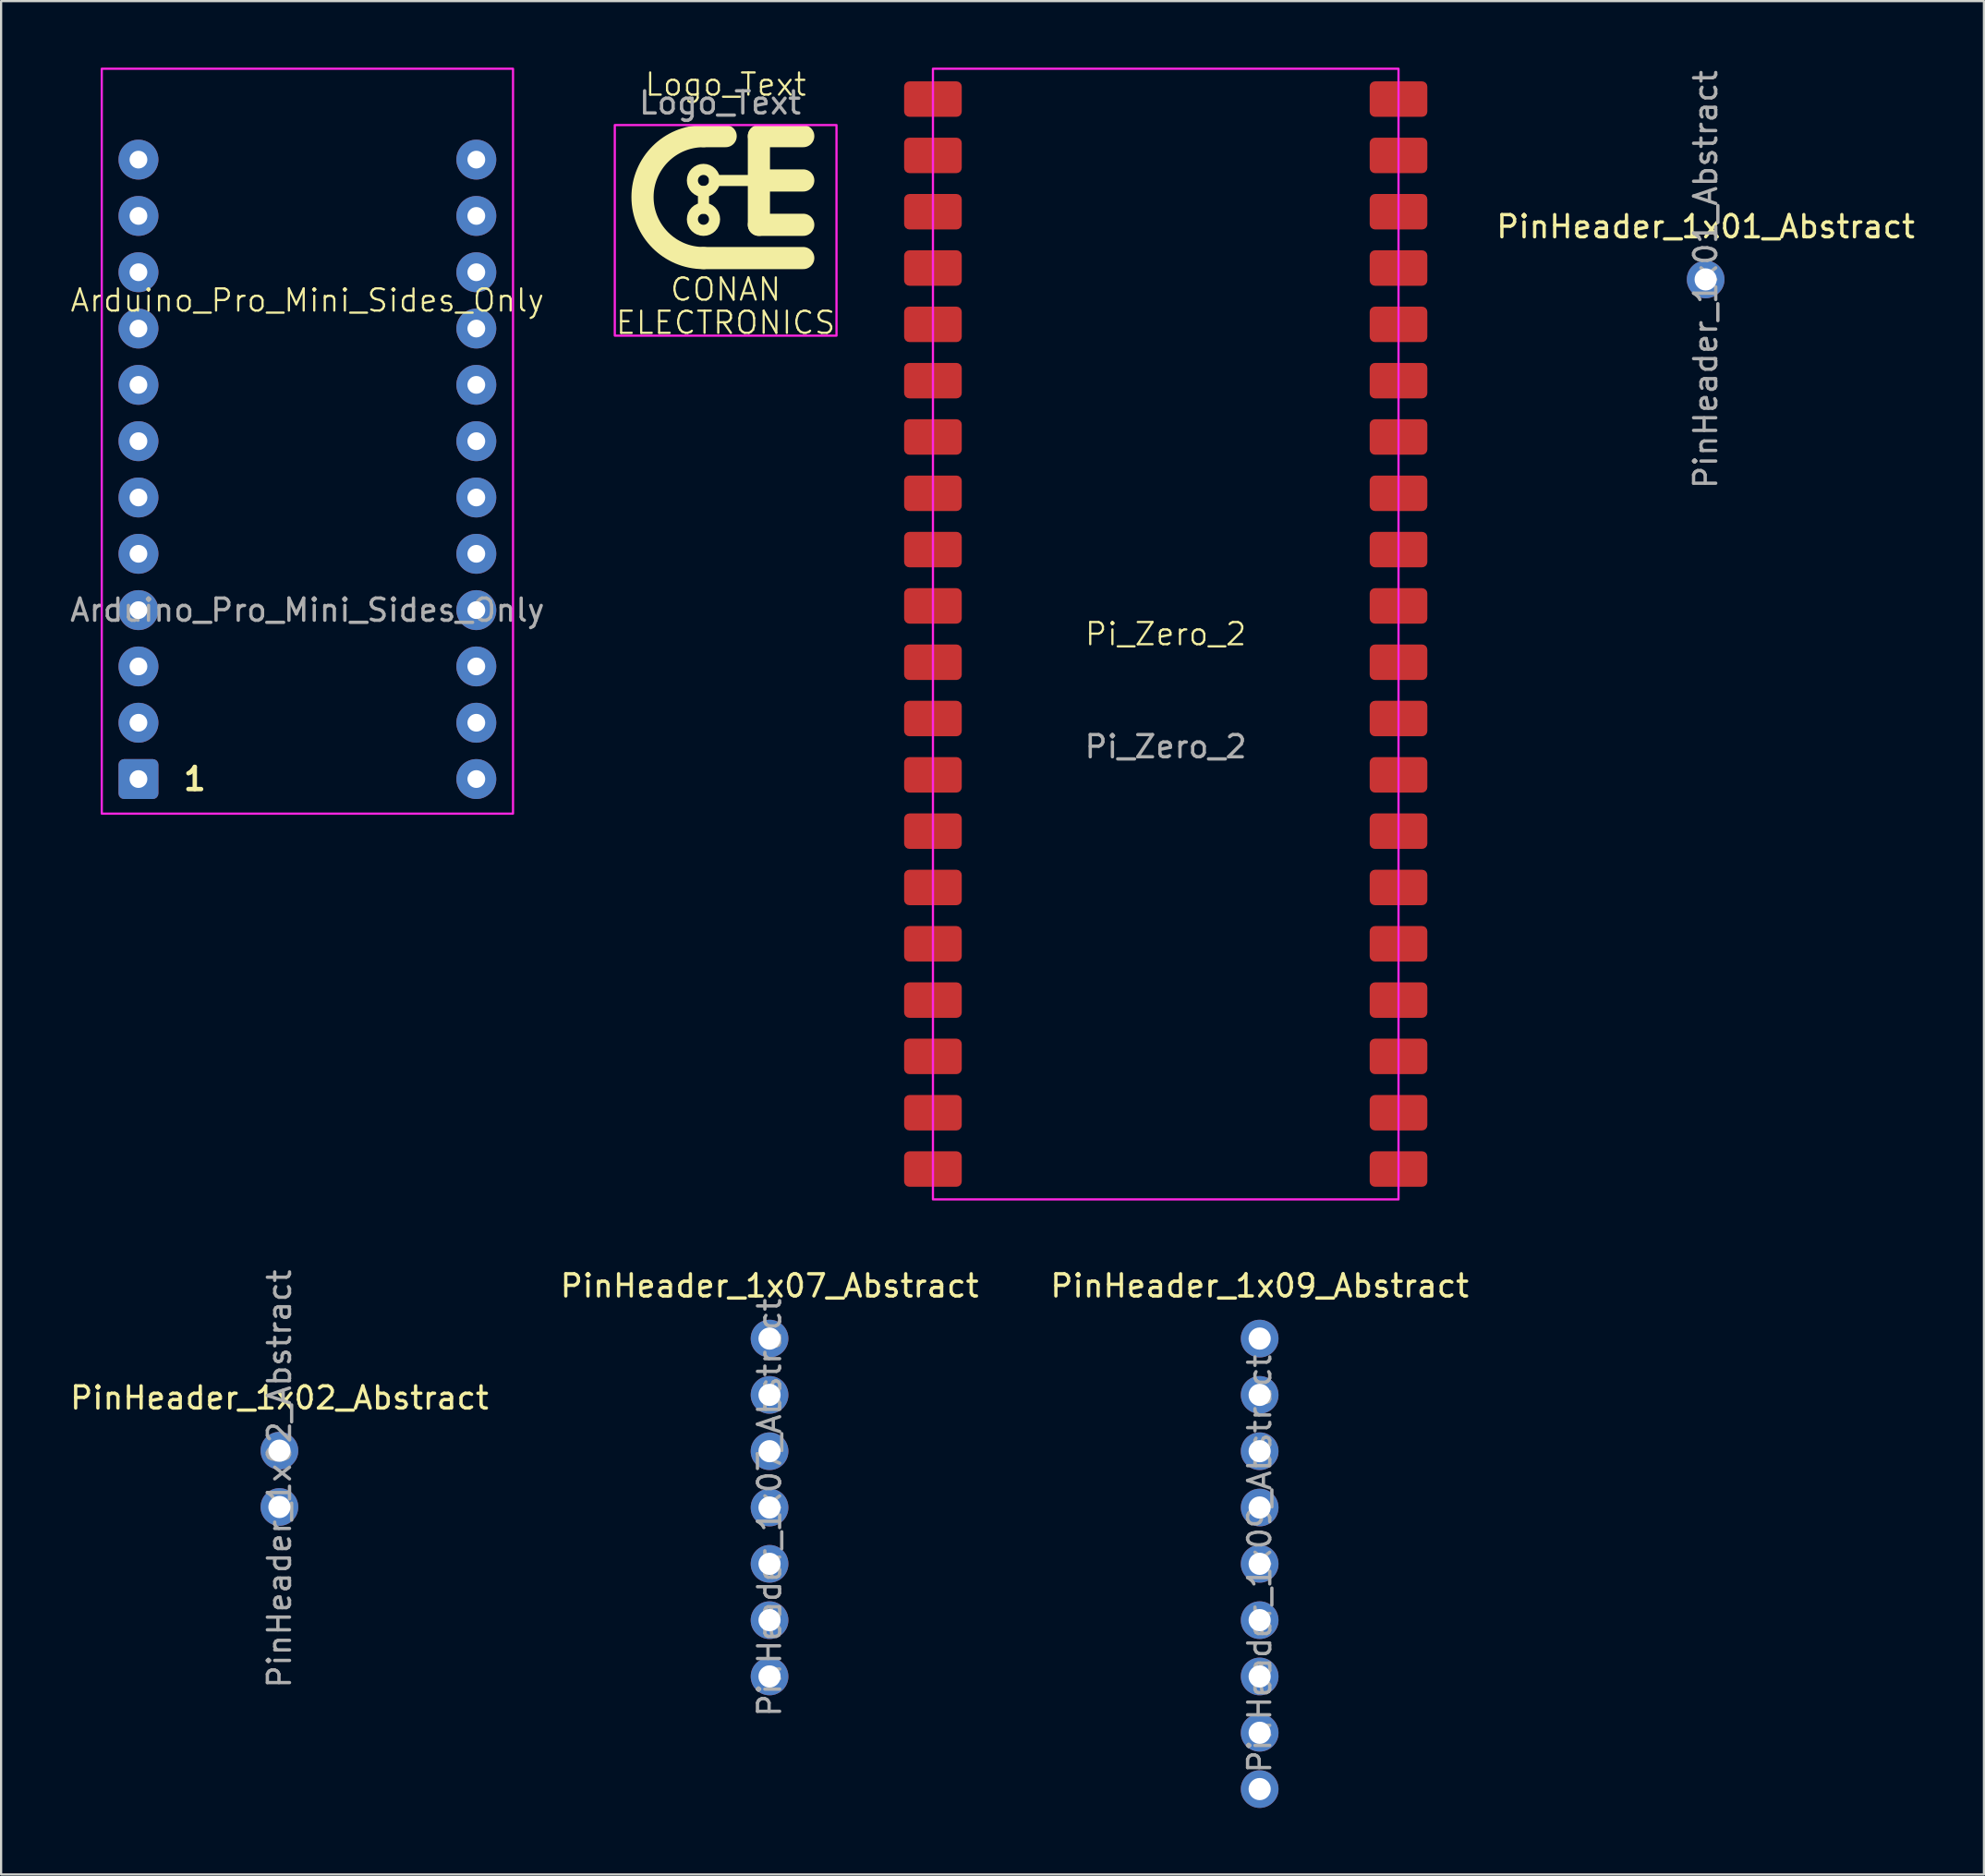
<source format=kicad_pcb>
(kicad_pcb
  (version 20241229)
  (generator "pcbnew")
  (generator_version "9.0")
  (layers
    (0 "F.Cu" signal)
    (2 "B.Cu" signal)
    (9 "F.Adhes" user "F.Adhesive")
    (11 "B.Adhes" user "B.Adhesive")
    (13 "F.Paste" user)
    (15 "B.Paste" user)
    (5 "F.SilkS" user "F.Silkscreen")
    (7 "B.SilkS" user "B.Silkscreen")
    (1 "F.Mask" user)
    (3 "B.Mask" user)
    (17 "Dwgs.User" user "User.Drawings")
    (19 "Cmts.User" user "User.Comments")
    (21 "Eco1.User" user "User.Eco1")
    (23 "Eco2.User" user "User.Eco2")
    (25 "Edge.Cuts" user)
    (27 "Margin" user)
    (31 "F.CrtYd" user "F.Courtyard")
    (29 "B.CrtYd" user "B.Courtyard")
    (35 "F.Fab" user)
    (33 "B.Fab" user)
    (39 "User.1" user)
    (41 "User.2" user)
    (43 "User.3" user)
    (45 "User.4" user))
  (footprint "Pi_Zero_2"
    (layer "F.Cu")
    (at 49.531 25.55)
    (property "Reference" "Pi_Zero_2" (at 0 0 0) (unlocked yes) (layer "F.SilkS") (effects (font (size 1 1) (thickness 0.1))))
    (attr smd)
    (fp_rect (start -10.5 -25.5) (end 10.5 25.5) (stroke (width 0.1) (type solid)) (fill no) (layer "F.CrtYd"))
    (fp_text user "${REFERENCE}" (at 0 5.08 0) (unlocked yes) (layer "F.Fab") (effects (font (size 1 1) (thickness 0.15))))
    (pad "1" smd roundrect (at -10.5 -24.13) (size 2.6 1.6) (layers "F.Cu" "F.Mask" "F.Paste") (roundrect_rratio 0.15))
    (pad "2" smd roundrect (at -10.5 -21.59) (size 2.6 1.6) (layers "F.Cu" "F.Mask" "F.Paste") (roundrect_rratio 0.15))
    (pad "3" smd roundrect (at -10.5 -19.05) (size 2.6 1.6) (layers "F.Cu" "F.Mask" "F.Paste") (roundrect_rratio 0.15))
    (pad "4" smd roundrect (at -10.5 -16.51) (size 2.6 1.6) (layers "F.Cu" "F.Mask" "F.Paste") (roundrect_rratio 0.15))
    (pad "5" smd roundrect (at -10.5 -13.97) (size 2.6 1.6) (layers "F.Cu" "F.Mask" "F.Paste") (roundrect_rratio 0.15))
    (pad "6" smd roundrect (at -10.5 -11.43) (size 2.6 1.6) (layers "F.Cu" "F.Mask" "F.Paste") (roundrect_rratio 0.15))
    (pad "7" smd roundrect (at -10.5 -8.89) (size 2.6 1.6) (layers "F.Cu" "F.Mask" "F.Paste") (roundrect_rratio 0.15))
    (pad "8" smd roundrect (at -10.5 -6.35) (size 2.6 1.6) (layers "F.Cu" "F.Mask" "F.Paste") (roundrect_rratio 0.15))
    (pad "9" smd roundrect (at -10.5 -3.81) (size 2.6 1.6) (layers "F.Cu" "F.Mask" "F.Paste") (roundrect_rratio 0.15))
    (pad "10" smd roundrect (at -10.5 -1.27) (size 2.6 1.6) (layers "F.Cu" "F.Mask" "F.Paste") (roundrect_rratio 0.15))
    (pad "11" smd roundrect (at -10.5 1.27) (size 2.6 1.6) (layers "F.Cu" "F.Mask" "F.Paste") (roundrect_rratio 0.15))
    (pad "12" smd roundrect (at -10.5 3.81) (size 2.6 1.6) (layers "F.Cu" "F.Mask" "F.Paste") (roundrect_rratio 0.15))
    (pad "13" smd roundrect (at -10.5 6.35) (size 2.6 1.6) (layers "F.Cu" "F.Mask" "F.Paste") (roundrect_rratio 0.15))
    (pad "14" smd roundrect (at -10.5 8.89) (size 2.6 1.6) (layers "F.Cu" "F.Mask" "F.Paste") (roundrect_rratio 0.15))
    (pad "15" smd roundrect (at -10.5 11.43) (size 2.6 1.6) (layers "F.Cu" "F.Mask" "F.Paste") (roundrect_rratio 0.15))
    (pad "16" smd roundrect (at -10.5 13.97) (size 2.6 1.6) (layers "F.Cu" "F.Mask" "F.Paste") (roundrect_rratio 0.15))
    (pad "17" smd roundrect (at -10.5 16.51) (size 2.6 1.6) (layers "F.Cu" "F.Mask" "F.Paste") (roundrect_rratio 0.15))
    (pad "18" smd roundrect (at -10.5 19.05) (size 2.6 1.6) (layers "F.Cu" "F.Mask" "F.Paste") (roundrect_rratio 0.15))
    (pad "19" smd roundrect (at -10.5 21.59) (size 2.6 1.6) (layers "F.Cu" "F.Mask" "F.Paste") (roundrect_rratio 0.15))
    (pad "20" smd roundrect (at -10.5 24.13) (size 2.6 1.6) (layers "F.Cu" "F.Mask" "F.Paste") (roundrect_rratio 0.15))
    (pad "21" smd roundrect (at 10.5 24.13) (size 2.6 1.6) (layers "F.Cu" "F.Mask" "F.Paste") (roundrect_rratio 0.15))
    (pad "22" smd roundrect (at 10.5 21.59) (size 2.6 1.6) (layers "F.Cu" "F.Mask" "F.Paste") (roundrect_rratio 0.15))
    (pad "23" smd roundrect (at 10.5 19.05) (size 2.6 1.6) (layers "F.Cu" "F.Mask" "F.Paste") (roundrect_rratio 0.15))
    (pad "24" smd roundrect (at 10.5 16.51) (size 2.6 1.6) (layers "F.Cu" "F.Mask" "F.Paste") (roundrect_rratio 0.15))
    (pad "25" smd roundrect (at 10.5 13.97) (size 2.6 1.6) (layers "F.Cu" "F.Mask" "F.Paste") (roundrect_rratio 0.15))
    (pad "26" smd roundrect (at 10.5 11.43) (size 2.6 1.6) (layers "F.Cu" "F.Mask" "F.Paste") (roundrect_rratio 0.15))
    (pad "27" smd roundrect (at 10.5 8.89) (size 2.6 1.6) (layers "F.Cu" "F.Mask" "F.Paste") (roundrect_rratio 0.15))
    (pad "28" smd roundrect (at 10.5 6.35) (size 2.6 1.6) (layers "F.Cu" "F.Mask" "F.Paste") (roundrect_rratio 0.15))
    (pad "29" smd roundrect (at 10.5 3.81) (size 2.6 1.6) (layers "F.Cu" "F.Mask" "F.Paste") (roundrect_rratio 0.15))
    (pad "30" smd roundrect (at 10.5 1.27) (size 2.6 1.6) (layers "F.Cu" "F.Mask" "F.Paste") (roundrect_rratio 0.15))
    (pad "31" smd roundrect (at 10.5 -1.27) (size 2.6 1.6) (layers "F.Cu" "F.Mask" "F.Paste") (roundrect_rratio 0.15))
    (pad "32" smd roundrect (at 10.5 -3.81) (size 2.6 1.6) (layers "F.Cu" "F.Mask" "F.Paste") (roundrect_rratio 0.15))
    (pad "33" smd roundrect (at 10.5 -6.35) (size 2.6 1.6) (layers "F.Cu" "F.Mask" "F.Paste") (roundrect_rratio 0.15))
    (pad "34" smd roundrect (at 10.5 -8.89) (size 2.6 1.6) (layers "F.Cu" "F.Mask" "F.Paste") (roundrect_rratio 0.15))
    (pad "35" smd roundrect (at 10.5 -11.43) (size 2.6 1.6) (layers "F.Cu" "F.Mask" "F.Paste") (roundrect_rratio 0.15))
    (pad "36" smd roundrect (at 10.5 -13.97) (size 2.6 1.6) (layers "F.Cu" "F.Mask" "F.Paste") (roundrect_rratio 0.15))
    (pad "37" smd roundrect (at 10.5 -16.51) (size 2.6 1.6) (layers "F.Cu" "F.Mask" "F.Paste") (roundrect_rratio 0.15))
    (pad "38" smd roundrect (at 10.5 -19.05) (size 2.6 1.6) (layers "F.Cu" "F.Mask" "F.Paste") (roundrect_rratio 0.15))
    (pad "39" smd roundrect (at 10.5 -21.59) (size 2.6 1.6) (layers "F.Cu" "F.Mask" "F.Paste") (roundrect_rratio 0.15))
    (pad "40" smd roundrect (at 10.5 -24.13) (size 2.6 1.6) (layers "F.Cu" "F.Mask" "F.Paste") (roundrect_rratio 0.15)))
  (footprint "Logo_Text"
    (layer "F.Cu")
    (at 29.681 5.84)
    (property "Reference" "Logo_Text" (at 0 -5.08 0) (unlocked yes) (layer "F.SilkS") (effects (font (size 1 1) (thickness 0.1))))
    (attr smd)
    (fp_line (start -1 -2.75) (end 0 -2.75) (stroke (width 1) (type default)) (layer "F.SilkS"))
    (fp_line (start -1 -0.25) (end -1 0.5) (stroke (width 0.5) (type default)) (layer "F.SilkS"))
    (fp_line (start 1.5 1.25) (end 1.5 -2.75) (stroke (width 1) (type default)) (layer "F.SilkS"))
    (fp_line (start 2 -0.75) (end -0.5 -0.75) (stroke (width 0.5) (type default)) (layer "F.SilkS"))
    (fp_line (start 3.5 -2.75) (end 1.5 -2.75) (stroke (width 1) (type default)) (layer "F.SilkS"))
    (fp_line (start 3.5 -0.75) (end 1.5 -0.75) (stroke (width 1) (type default)) (layer "F.SilkS"))
    (fp_line (start 3.5 1.25) (end 1.5 1.25) (stroke (width 1) (type default)) (layer "F.SilkS"))
    (fp_line (start 3.5 2.75) (end -1 2.75) (stroke (width 1) (type default)) (layer "F.SilkS"))
    (fp_arc (start -1 2.75) (mid -3.75 0) (end -1 -2.75) (stroke (width 1) (type default)) (layer "F.SilkS"))
    (fp_circle (center -1 -0.75) (end -0.5 -0.75) (stroke (width 0.5) (type solid)) (fill no) (layer "F.SilkS"))
    (fp_circle (center -1 1) (end -0.5 1) (stroke (width 0.5) (type solid)) (fill no) (layer "F.SilkS"))
    (fp_rect (start -5 -3.25) (end 5 6.25) (stroke (width 0.1) (type solid)) (fill no) (layer "F.CrtYd"))
    (fp_text user "ELECTRONICS" (at 0 6.25 0) (unlocked yes) (layer "F.SilkS") (effects (font (size 1 1) (thickness 0.1)) (justify bottom)))
    (fp_text user "CONAN" (at 0 4.75 0) (unlocked yes) (layer "F.SilkS") (effects (font (size 1 1) (thickness 0.1)) (justify bottom)))
    (fp_text user "${REFERENCE}" (at -0.25 -4.25 0) (unlocked yes) (layer "F.Fab") (effects (font (size 1 1) (thickness 0.15)))))
  (footprint "PinHeader_1x09_Abstract"
    (layer "F.Cu")
    (at 53.768 57.328)
    (property "Reference" "PinHeader_1x09_Abstract" (at 0 -2.38 0) (layer "F.SilkS") (effects (font (size 1 1) (thickness 0.15))))
    (attr through_hole)
    (fp_text user "${REFERENCE}" (at 0 10.16 90) (layer "F.Fab") (effects (font (size 1 1) (thickness 0.15))))
    (pad "1" thru_hole circle (at 0 0) (size 1.7 1.7) (drill 1) (layers "*.Cu" "*.Mask"))
    (pad "2" thru_hole circle (at 0 2.54) (size 1.7 1.7) (drill 1) (layers "*.Cu" "*.Mask"))
    (pad "3" thru_hole circle (at 0 5.08) (size 1.7 1.7) (drill 1) (layers "*.Cu" "*.Mask"))
    (pad "4" thru_hole circle (at 0 7.62) (size 1.7 1.7) (drill 1) (layers "*.Cu" "*.Mask"))
    (pad "5" thru_hole circle (at 0 10.16) (size 1.7 1.7) (drill 1) (layers "*.Cu" "*.Mask"))
    (pad "6" thru_hole circle (at 0 12.7) (size 1.7 1.7) (drill 1) (layers "*.Cu" "*.Mask"))
    (pad "7" thru_hole circle (at 0 15.24) (size 1.7 1.7) (drill 1) (layers "*.Cu" "*.Mask"))
    (pad "8" thru_hole circle (at 0 17.78) (size 1.7 1.7) (drill 1) (layers "*.Cu" "*.Mask"))
    (pad "9" thru_hole circle (at 0 20.32) (size 1.7 1.7) (drill 1) (layers "*.Cu" "*.Mask")))
  (footprint "PinHeader_1x02_Abstract"
    (layer "F.Cu")
    (at 9.554 62.384)
    (property "Reference" "PinHeader_1x02_Abstract" (at 0 -2.38 0) (layer "F.SilkS") (effects (font (size 1 1) (thickness 0.15))))
    (attr through_hole)
    (fp_text user "${REFERENCE}" (at 0 1.27 90) (layer "F.Fab") (effects (font (size 1 1) (thickness 0.15))))
    (pad "1" thru_hole circle (at 0 0) (size 1.7 1.7) (drill 1) (layers "*.Cu" "*.Mask"))
    (pad "2" thru_hole circle (at 0 2.54) (size 1.7 1.7) (drill 1) (layers "*.Cu" "*.Mask")))
  (footprint "PinHeader_1x07_Abstract"
    (layer "F.Cu")
    (at 31.661 57.328)
    (property "Reference" "PinHeader_1x07_Abstract" (at 0 -2.38 0) (layer "F.SilkS") (effects (font (size 1 1) (thickness 0.15))))
    (attr through_hole)
    (fp_text user "${REFERENCE}" (at 0 7.62 90) (layer "F.Fab") (effects (font (size 1 1) (thickness 0.15))))
    (pad "1" thru_hole circle (at 0 0) (size 1.7 1.7) (drill 1) (layers "*.Cu" "*.Mask"))
    (pad "2" thru_hole circle (at 0 2.54) (size 1.7 1.7) (drill 1) (layers "*.Cu" "*.Mask"))
    (pad "3" thru_hole circle (at 0 5.08) (size 1.7 1.7) (drill 1) (layers "*.Cu" "*.Mask"))
    (pad "4" thru_hole circle (at 0 7.62) (size 1.7 1.7) (drill 1) (layers "*.Cu" "*.Mask"))
    (pad "5" thru_hole circle (at 0 10.16) (size 1.7 1.7) (drill 1) (layers "*.Cu" "*.Mask"))
    (pad "6" thru_hole circle (at 0 12.7) (size 1.7 1.7) (drill 1) (layers "*.Cu" "*.Mask"))
    (pad "7" thru_hole circle (at 0 15.24) (size 1.7 1.7) (drill 1) (layers "*.Cu" "*.Mask")))
  (footprint "PinHeader_1x01_Abstract"
    (layer "F.Cu")
    (at 73.885 9.554)
    (property "Reference" "PinHeader_1x01_Abstract" (at 0 -2.38 0) (layer "F.SilkS") (effects (font (size 1 1) (thickness 0.15))))
    (attr through_hole)
    (fp_text user "${REFERENCE}" (at 0 0 90) (layer "F.Fab") (effects (font (size 1 1) (thickness 0.15))))
    (pad "1" thru_hole circle (at 0 0) (size 1.7 1.7) (drill 1) (layers "*.Cu" "*.Mask")))
  (footprint "Arduino_Pro_Mini_Sides_Only"
    (layer "F.Cu")
    (at 10.815 16.85)
    (property "Reference" "Arduino_Pro_Mini_Sides_Only" (at 0 -6.35 0) (unlocked yes) (layer "F.SilkS") (effects (font (size 1 1) (thickness 0.1))))
    (attr through_hole)
    (fp_rect (start -9.275 -16.8) (end 9.275 16.8) (stroke (width 0.1) (type solid)) (fill no) (layer "F.CrtYd"))
    (fp_text user "1" (at -5.08 15.24 0) (unlocked yes) (layer "F.SilkS") (effects (font (size 1 1) (thickness 0.2) (bold yes))))
    (fp_text user "${REFERENCE}" (at 0 7.62 0) (unlocked yes) (layer "F.Fab") (effects (font (size 1 1) (thickness 0.15))))
    (pad "1" thru_hole roundrect (at -7.62 15.24) (size 1.8 1.8) (drill 0.8) (layers "*.Cu" "*.Mask") (roundrect_rratio 0.139))
    (pad "2" thru_hole circle (at -7.62 12.7) (size 1.8 1.8) (drill 0.8) (layers "*.Cu" "*.Mask"))
    (pad "3" thru_hole circle (at -7.62 10.16) (size 1.8 1.8) (drill 0.8) (layers "*.Cu" "*.Mask"))
    (pad "4" thru_hole circle (at -7.62 7.62) (size 1.8 1.8) (drill 0.8) (layers "*.Cu" "*.Mask"))
    (pad "5" thru_hole circle (at -7.62 5.08) (size 1.8 1.8) (drill 0.8) (layers "*.Cu" "*.Mask"))
    (pad "6" thru_hole circle (at -7.62 2.54) (size 1.8 1.8) (drill 0.8) (layers "*.Cu" "*.Mask"))
    (pad "7" thru_hole circle (at -7.62 0) (size 1.8 1.8) (drill 0.8) (layers "*.Cu" "*.Mask"))
    (pad "8" thru_hole circle (at -7.62 -2.54) (size 1.8 1.8) (drill 0.8) (layers "*.Cu" "*.Mask"))
    (pad "9" thru_hole circle (at -7.62 -5.08) (size 1.8 1.8) (drill 0.8) (layers "*.Cu" "*.Mask"))
    (pad "10" thru_hole circle (at -7.62 -7.62) (size 1.8 1.8) (drill 0.8) (layers "*.Cu" "*.Mask"))
    (pad "11" thru_hole circle (at -7.62 -10.16) (size 1.8 1.8) (drill 0.8) (layers "*.Cu" "*.Mask"))
    (pad "12" thru_hole circle (at -7.62 -12.7) (size 1.8 1.8) (drill 0.8) (layers "*.Cu" "*.Mask"))
    (pad "19" thru_hole circle (at 7.62 -12.7) (size 1.8 1.8) (drill 0.8) (layers "*.Cu" "*.Mask"))
    (pad "20" thru_hole circle (at 7.62 -10.16) (size 1.8 1.8) (drill 0.8) (layers "*.Cu" "*.Mask"))
    (pad "21" thru_hole circle (at 7.62 -7.62) (size 1.8 1.8) (drill 0.8) (layers "*.Cu" "*.Mask"))
    (pad "22" thru_hole circle (at 7.62 -5.08) (size 1.8 1.8) (drill 0.8) (layers "*.Cu" "*.Mask"))
    (pad "23" thru_hole circle (at 7.62 -2.54) (size 1.8 1.8) (drill 0.8) (layers "*.Cu" "*.Mask"))
    (pad "24" thru_hole circle (at 7.62 0) (size 1.8 1.8) (drill 0.8) (layers "*.Cu" "*.Mask"))
    (pad "25" thru_hole circle (at 7.62 2.54) (size 1.8 1.8) (drill 0.8) (layers "*.Cu" "*.Mask"))
    (pad "26" thru_hole circle (at 7.62 5.08) (size 1.8 1.8) (drill 0.8) (layers "*.Cu" "*.Mask"))
    (pad "27" thru_hole circle (at 7.62 7.62) (size 1.8 1.8) (drill 0.8) (layers "*.Cu" "*.Mask"))
    (pad "28" thru_hole circle (at 7.62 10.16) (size 1.8 1.8) (drill 0.8) (layers "*.Cu" "*.Mask"))
    (pad "29" thru_hole circle (at 7.62 12.7) (size 1.8 1.8) (drill 0.8) (layers "*.Cu" "*.Mask"))
    (pad "30" thru_hole circle (at 7.62 15.24) (size 1.8 1.8) (drill 0.8) (layers "*.Cu" "*.Mask")))
  (gr_rect
    (start -3 -3)
    (end 86.438 81.498)
    (stroke (width 0.1) (type default))
    (fill no)
    (layer "Edge.Cuts")))
</source>
